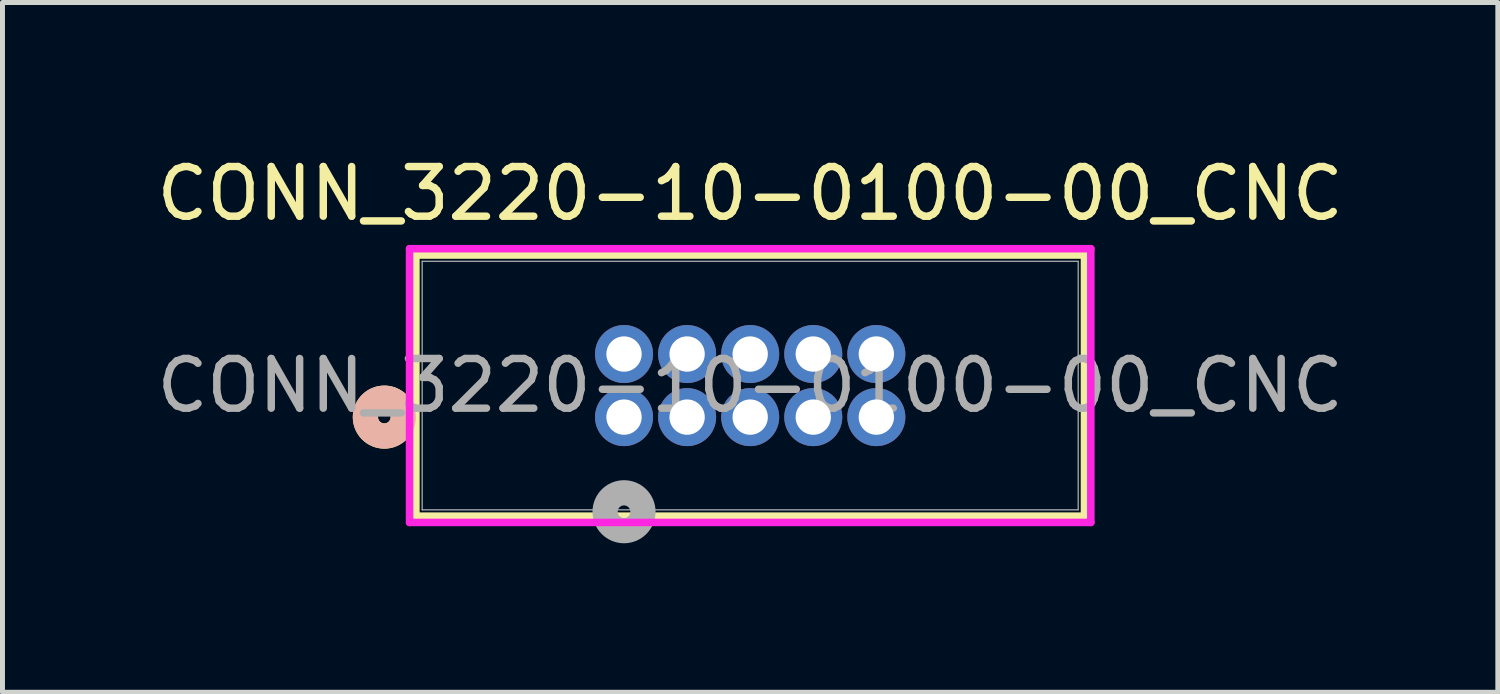
<source format=kicad_pcb>
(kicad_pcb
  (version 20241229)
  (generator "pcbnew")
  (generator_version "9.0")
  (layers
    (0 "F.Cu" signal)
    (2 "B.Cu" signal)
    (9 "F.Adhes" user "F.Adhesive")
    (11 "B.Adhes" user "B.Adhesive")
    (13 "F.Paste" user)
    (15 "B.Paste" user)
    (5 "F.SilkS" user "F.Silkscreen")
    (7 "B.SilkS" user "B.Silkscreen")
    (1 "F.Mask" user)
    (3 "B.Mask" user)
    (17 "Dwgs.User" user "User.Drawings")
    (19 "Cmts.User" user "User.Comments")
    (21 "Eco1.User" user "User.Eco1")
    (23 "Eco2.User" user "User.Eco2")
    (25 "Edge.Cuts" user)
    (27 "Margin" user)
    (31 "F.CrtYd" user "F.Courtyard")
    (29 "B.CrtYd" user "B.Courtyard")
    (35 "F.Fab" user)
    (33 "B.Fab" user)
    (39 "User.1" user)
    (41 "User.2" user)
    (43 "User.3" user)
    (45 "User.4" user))
  (footprint "CONN_3220-10-0100-00_CNC"
    (layer "F.Cu")
    (at 9.514 5.348)
    (property "Reference" "CONN_3220-10-0100-00_CNC" (at 2.54 -4.5 0) (unlocked yes) (layer "F.SilkS") (effects (font (size 1 1) (thickness 0.15))))
    (attr through_hole)
    (fp_line (start -4.191 -3.264) (end -4.191 1.994) (stroke (width 0.152) (type solid)) (layer "F.SilkS"))
    (fp_line (start -4.191 1.994) (end 9.271 1.994) (stroke (width 0.152) (type solid)) (layer "F.SilkS"))
    (fp_line (start 9.271 -3.264) (end -4.191 -3.264) (stroke (width 0.152) (type solid)) (layer "F.SilkS"))
    (fp_line (start 9.271 1.994) (end 9.271 -3.264) (stroke (width 0.152) (type solid)) (layer "F.SilkS"))
    (fp_circle (center -4.826 0) (end -4.445 0) (stroke (width 0.508) (type solid)) (fill no) (layer "F.SilkS"))
    (fp_circle (center -4.826 0) (end -4.445 0) (stroke (width 0.508) (type solid)) (fill no) (layer "B.SilkS"))
    (fp_line (start -4.318 -3.391) (end -4.318 2.121) (stroke (width 0.152) (type solid)) (layer "F.CrtYd"))
    (fp_line (start -4.318 2.121) (end 9.398 2.121) (stroke (width 0.152) (type solid)) (layer "F.CrtYd"))
    (fp_line (start 9.398 -3.391) (end -4.318 -3.391) (stroke (width 0.152) (type solid)) (layer "F.CrtYd"))
    (fp_line (start 9.398 2.121) (end 9.398 -3.391) (stroke (width 0.152) (type solid)) (layer "F.CrtYd"))
    (fp_line (start -4.064 -3.137) (end -4.064 1.867) (stroke (width 0.025) (type solid)) (layer "F.Fab"))
    (fp_line (start -4.064 1.867) (end 9.144 1.867) (stroke (width 0.025) (type solid)) (layer "F.Fab"))
    (fp_line (start 9.144 -3.137) (end -4.064 -3.137) (stroke (width 0.025) (type solid)) (layer "F.Fab"))
    (fp_line (start 9.144 1.867) (end 9.144 -3.137) (stroke (width 0.025) (type solid)) (layer "F.Fab"))
    (fp_circle (center 0 1.905) (end 0.381 1.905) (stroke (width 0.508) (type solid)) (fill no) (layer "F.Fab"))
    (fp_text user "${REFERENCE}" (at 2.54 -0.635 0) (unlocked yes) (layer "F.Fab") (effects (font (size 1 1) (thickness 0.15))))
    (pad "1" thru_hole circle (at 0 0) (size 1.168 1.168) (drill 0.711) (layers "*.Cu" "*.Mask"))
    (pad "2" thru_hole circle (at 0 -1.27) (size 1.168 1.168) (drill 0.711) (layers "*.Cu" "*.Mask"))
    (pad "3" thru_hole circle (at 1.27 0) (size 1.168 1.168) (drill 0.711) (layers "*.Cu" "*.Mask"))
    (pad "4" thru_hole circle (at 1.27 -1.27) (size 1.168 1.168) (drill 0.711) (layers "*.Cu" "*.Mask"))
    (pad "5" thru_hole circle (at 2.54 0) (size 1.168 1.168) (drill 0.711) (layers "*.Cu" "*.Mask"))
    (pad "6" thru_hole circle (at 2.54 -1.27) (size 1.168 1.168) (drill 0.711) (layers "*.Cu" "*.Mask"))
    (pad "7" thru_hole circle (at 3.81 0) (size 1.168 1.168) (drill 0.711) (layers "*.Cu" "*.Mask"))
    (pad "8" thru_hole circle (at 3.81 -1.27) (size 1.168 1.168) (drill 0.711) (layers "*.Cu" "*.Mask"))
    (pad "9" thru_hole circle (at 5.08 0) (size 1.168 1.168) (drill 0.711) (layers "*.Cu" "*.Mask"))
    (pad "10" thru_hole circle (at 5.08 -1.27) (size 1.168 1.168) (drill 0.711) (layers "*.Cu" "*.Mask")))
  (gr_rect
    (start -3 -3)
    (end 27.107 10.888)
    (stroke (width 0.1) (type default))
    (fill no)
    (layer "Edge.Cuts")))
</source>
